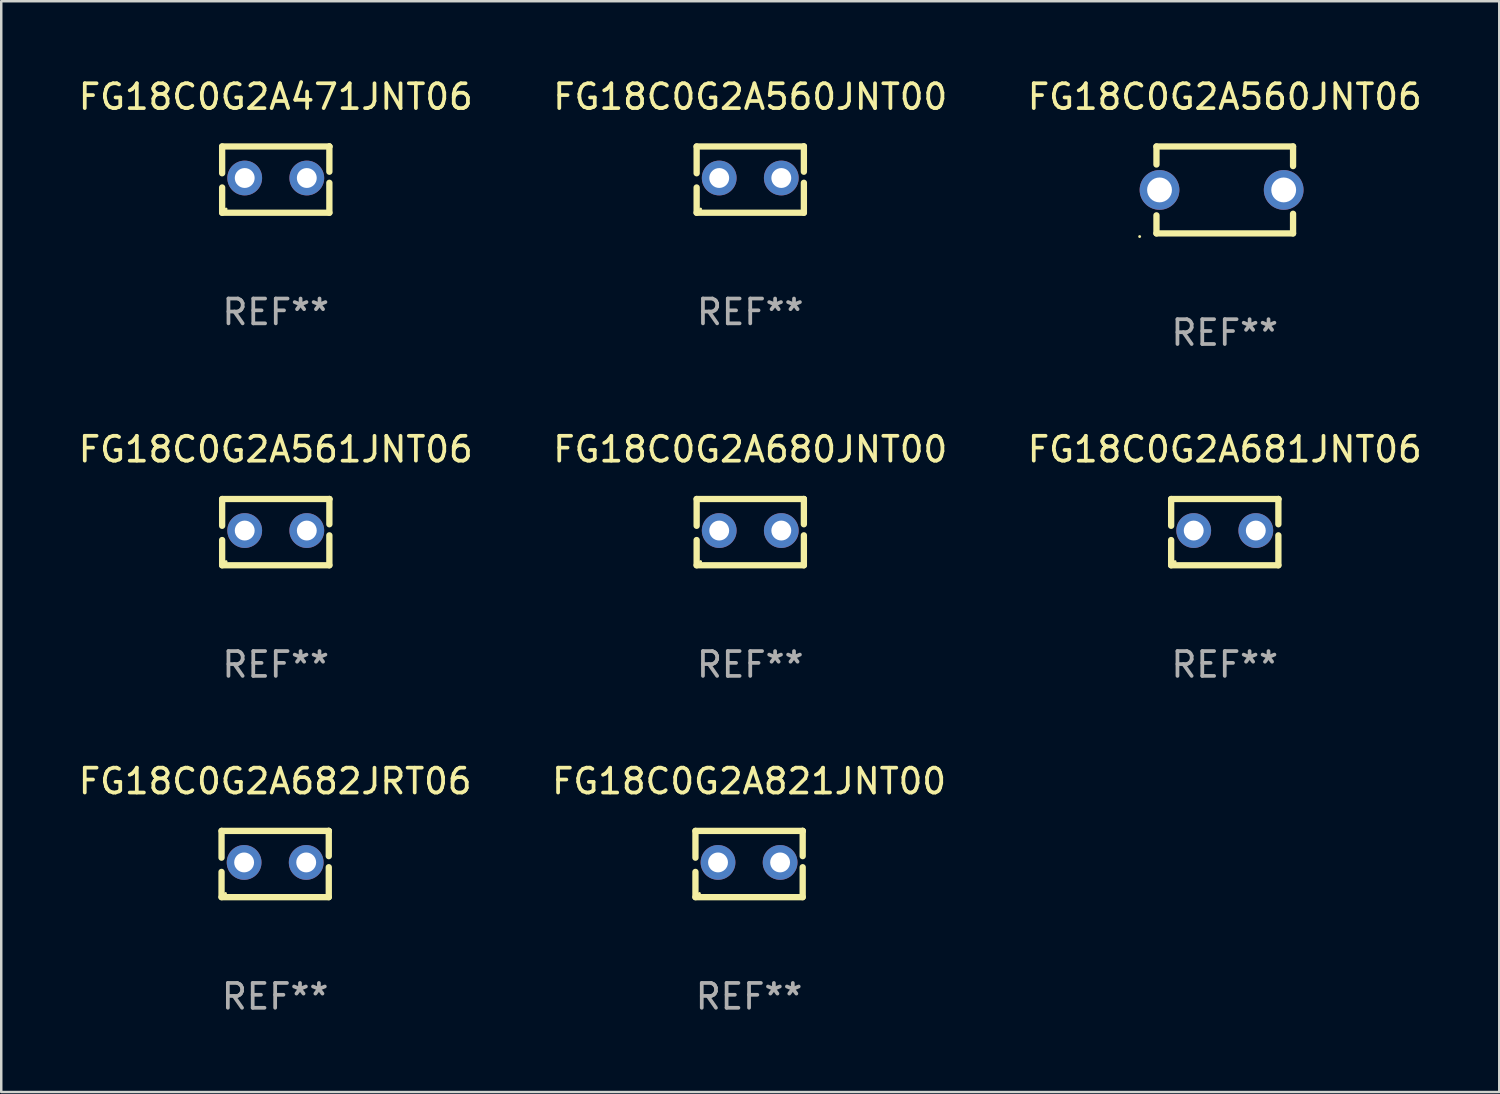
<source format=kicad_pcb>
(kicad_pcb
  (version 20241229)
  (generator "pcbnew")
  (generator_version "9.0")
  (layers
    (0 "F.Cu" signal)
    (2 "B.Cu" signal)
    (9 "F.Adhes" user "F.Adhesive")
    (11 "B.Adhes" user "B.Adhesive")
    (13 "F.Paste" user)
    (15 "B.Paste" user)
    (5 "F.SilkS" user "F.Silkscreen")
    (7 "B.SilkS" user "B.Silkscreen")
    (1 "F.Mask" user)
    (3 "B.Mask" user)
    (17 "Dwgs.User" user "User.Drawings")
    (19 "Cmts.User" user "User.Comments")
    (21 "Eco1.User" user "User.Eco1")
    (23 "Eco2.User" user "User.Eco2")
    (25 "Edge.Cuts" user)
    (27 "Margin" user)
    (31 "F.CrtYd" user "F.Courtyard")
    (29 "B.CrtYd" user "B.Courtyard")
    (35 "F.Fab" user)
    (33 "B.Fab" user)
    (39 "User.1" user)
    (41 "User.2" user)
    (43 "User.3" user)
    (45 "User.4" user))
  (footprint "FG18C0G2A561JNT06"
    (layer "F.Cu")
    (at 8.054 18.378)
    (property "Reference" "FG18C0G2A561JNT06" (at 0 -3.334 0) (layer "F.SilkS") (effects (font (size 1 1) (thickness 0.15))))
    (attr through_hole)
    (fp_line (start -2.159 -1.334) (end 2.159 -1.334) (stroke (width 0.254) (type solid)) (layer "F.SilkS"))
    (fp_line (start -2.159 -0.256) (end -2.159 -1.334) (stroke (width 0.254) (type solid)) (layer "F.SilkS"))
    (fp_line (start -2.159 1.334) (end -2.159 0.318) (stroke (width 0.254) (type solid)) (layer "F.SilkS"))
    (fp_line (start 2.159 -1.334) (end 2.159 -1.334) (stroke (width 0.254) (type solid)) (layer "F.SilkS"))
    (fp_line (start 2.159 -1.334) (end 2.159 -0.318) (stroke (width 0.254) (type solid)) (layer "F.SilkS"))
    (fp_line (start 2.159 0.129) (end 2.159 1.334) (stroke (width 0.254) (type solid)) (layer "F.SilkS"))
    (fp_line (start 2.159 1.334) (end -2.159 1.334) (stroke (width 0.254) (type solid)) (layer "F.SilkS"))
    (fp_circle (center -2 1.186) (end -1.97 1.186) (stroke (width 0.06) (type solid)) (fill no) (layer "F.SilkS"))
    (fp_text user "REF**" (at 0 5.334 0) (layer "F.Fab") (effects (font (size 1 1) (thickness 0.15))))
    (pad "1" thru_hole circle (at -1.25 -0.064) (size 1.4 1.4) (drill 0.8) (layers "*.Cu" "*.Mask"))
    (pad "2" thru_hole circle (at 1.25 -0.064) (size 1.4 1.4) (drill 0.8) (layers "*.Cu" "*.Mask")))
  (footprint "FG18C0G2A821JNT00"
    (layer "F.Cu")
    (at 27.113 31.742)
    (property "Reference" "FG18C0G2A821JNT00" (at 0 -3.334 0) (layer "F.SilkS") (effects (font (size 1 1) (thickness 0.15))))
    (attr through_hole)
    (fp_line (start -2.159 -1.334) (end 2.159 -1.334) (stroke (width 0.254) (type solid)) (layer "F.SilkS"))
    (fp_line (start -2.159 -0.256) (end -2.159 -1.334) (stroke (width 0.254) (type solid)) (layer "F.SilkS"))
    (fp_line (start -2.159 1.334) (end -2.159 0.318) (stroke (width 0.254) (type solid)) (layer "F.SilkS"))
    (fp_line (start 2.159 -1.334) (end 2.159 -1.334) (stroke (width 0.254) (type solid)) (layer "F.SilkS"))
    (fp_line (start 2.159 -1.334) (end 2.159 -0.318) (stroke (width 0.254) (type solid)) (layer "F.SilkS"))
    (fp_line (start 2.159 0.129) (end 2.159 1.334) (stroke (width 0.254) (type solid)) (layer "F.SilkS"))
    (fp_line (start 2.159 1.334) (end -2.159 1.334) (stroke (width 0.254) (type solid)) (layer "F.SilkS"))
    (fp_circle (center -2 1.186) (end -1.97 1.186) (stroke (width 0.06) (type solid)) (fill no) (layer "F.SilkS"))
    (fp_text user "REF**" (at 0 5.334 0) (layer "F.Fab") (effects (font (size 1 1) (thickness 0.15))))
    (pad "1" thru_hole circle (at -1.25 -0.064) (size 1.4 1.4) (drill 0.8) (layers "*.Cu" "*.Mask"))
    (pad "2" thru_hole circle (at 1.25 -0.064) (size 1.4 1.4) (drill 0.8) (layers "*.Cu" "*.Mask")))
  (footprint "FG18C0G2A471JNT06"
    (layer "F.Cu")
    (at 8.054 4.182)
    (property "Reference" "FG18C0G2A471JNT06" (at 0 -3.334 0) (layer "F.SilkS") (effects (font (size 1 1) (thickness 0.15))))
    (attr through_hole)
    (fp_line (start -2.159 -1.334) (end 2.159 -1.334) (stroke (width 0.254) (type solid)) (layer "F.SilkS"))
    (fp_line (start -2.159 -0.256) (end -2.159 -1.334) (stroke (width 0.254) (type solid)) (layer "F.SilkS"))
    (fp_line (start -2.159 1.334) (end -2.159 0.318) (stroke (width 0.254) (type solid)) (layer "F.SilkS"))
    (fp_line (start 2.159 -1.334) (end 2.159 -1.334) (stroke (width 0.254) (type solid)) (layer "F.SilkS"))
    (fp_line (start 2.159 -1.334) (end 2.159 -0.318) (stroke (width 0.254) (type solid)) (layer "F.SilkS"))
    (fp_line (start 2.159 0.129) (end 2.159 1.334) (stroke (width 0.254) (type solid)) (layer "F.SilkS"))
    (fp_line (start 2.159 1.334) (end -2.159 1.334) (stroke (width 0.254) (type solid)) (layer "F.SilkS"))
    (fp_circle (center -2 1.186) (end -1.97 1.186) (stroke (width 0.06) (type solid)) (fill no) (layer "F.SilkS"))
    (fp_text user "REF**" (at 0 5.334 0) (layer "F.Fab") (effects (font (size 1 1) (thickness 0.15))))
    (pad "1" thru_hole circle (at -1.25 -0.064) (size 1.4 1.4) (drill 0.8) (layers "*.Cu" "*.Mask"))
    (pad "2" thru_hole circle (at 1.25 -0.064) (size 1.4 1.4) (drill 0.8) (layers "*.Cu" "*.Mask")))
  (footprint "FG18C0G2A560JNT06"
    (layer "F.Cu")
    (at 46.268 4.598)
    (property "Reference" "FG18C0G2A560JNT06" (at 0 -3.75 0) (layer "F.SilkS") (effects (font (size 1 1) (thickness 0.15))))
    (attr through_hole)
    (fp_line (start -2.75 -1.75) (end -2.75 -1.024) (stroke (width 0.254) (type solid)) (layer "F.SilkS"))
    (fp_line (start -2.75 -1.75) (end 2.75 -1.75) (stroke (width 0.254) (type solid)) (layer "F.SilkS"))
    (fp_line (start -2.75 1.024) (end -2.75 1.75) (stroke (width 0.254) (type solid)) (layer "F.SilkS"))
    (fp_line (start 2.75 -1.75) (end 2.75 -0.96) (stroke (width 0.254) (type solid)) (layer "F.SilkS"))
    (fp_line (start 2.75 0.96) (end 2.75 1.75) (stroke (width 0.254) (type solid)) (layer "F.SilkS"))
    (fp_line (start 2.75 1.75) (end -2.75 1.75) (stroke (width 0.254) (type solid)) (layer "F.SilkS"))
    (fp_circle (center -3.427 1.877) (end -3.397 1.877) (stroke (width 0.06) (type solid)) (fill no) (layer "F.SilkS"))
    (fp_text user "REF**" (at 0 5.75 0) (layer "F.Fab") (effects (font (size 1 1) (thickness 0.15))))
    (pad "1" thru_hole circle (at -2.627 0) (size 1.6 1.6) (drill 1) (layers "*.Cu" "*.Mask"))
    (pad "2" thru_hole circle (at 2.373 0) (size 1.6 1.6) (drill 1) (layers "*.Cu" "*.Mask")))
  (footprint "FG18C0G2A560JNT00"
    (layer "F.Cu")
    (at 27.161 4.182)
    (property "Reference" "FG18C0G2A560JNT00" (at 0 -3.334 0) (layer "F.SilkS") (effects (font (size 1 1) (thickness 0.15))))
    (attr through_hole)
    (fp_line (start -2.159 -1.334) (end 2.159 -1.334) (stroke (width 0.254) (type solid)) (layer "F.SilkS"))
    (fp_line (start -2.159 -0.256) (end -2.159 -1.334) (stroke (width 0.254) (type solid)) (layer "F.SilkS"))
    (fp_line (start -2.159 1.334) (end -2.159 0.318) (stroke (width 0.254) (type solid)) (layer "F.SilkS"))
    (fp_line (start 2.159 -1.334) (end 2.159 -1.334) (stroke (width 0.254) (type solid)) (layer "F.SilkS"))
    (fp_line (start 2.159 -1.334) (end 2.159 -0.318) (stroke (width 0.254) (type solid)) (layer "F.SilkS"))
    (fp_line (start 2.159 0.129) (end 2.159 1.334) (stroke (width 0.254) (type solid)) (layer "F.SilkS"))
    (fp_line (start 2.159 1.334) (end -2.159 1.334) (stroke (width 0.254) (type solid)) (layer "F.SilkS"))
    (fp_circle (center -2 1.186) (end -1.97 1.186) (stroke (width 0.06) (type solid)) (fill no) (layer "F.SilkS"))
    (fp_text user "REF**" (at 0 5.334 0) (layer "F.Fab") (effects (font (size 1 1) (thickness 0.15))))
    (pad "1" thru_hole circle (at -1.25 -0.064) (size 1.4 1.4) (drill 0.8) (layers "*.Cu" "*.Mask"))
    (pad "2" thru_hole circle (at 1.25 -0.064) (size 1.4 1.4) (drill 0.8) (layers "*.Cu" "*.Mask")))
  (footprint "FG18C0G2A681JNT06"
    (layer "F.Cu")
    (at 46.268 18.378)
    (property "Reference" "FG18C0G2A681JNT06" (at 0 -3.334 0) (layer "F.SilkS") (effects (font (size 1 1) (thickness 0.15))))
    (attr through_hole)
    (fp_line (start -2.159 -1.334) (end 2.159 -1.334) (stroke (width 0.254) (type solid)) (layer "F.SilkS"))
    (fp_line (start -2.159 -0.256) (end -2.159 -1.334) (stroke (width 0.254) (type solid)) (layer "F.SilkS"))
    (fp_line (start -2.159 1.334) (end -2.159 0.318) (stroke (width 0.254) (type solid)) (layer "F.SilkS"))
    (fp_line (start 2.159 -1.334) (end 2.159 -1.334) (stroke (width 0.254) (type solid)) (layer "F.SilkS"))
    (fp_line (start 2.159 -1.334) (end 2.159 -0.318) (stroke (width 0.254) (type solid)) (layer "F.SilkS"))
    (fp_line (start 2.159 0.129) (end 2.159 1.334) (stroke (width 0.254) (type solid)) (layer "F.SilkS"))
    (fp_line (start 2.159 1.334) (end -2.159 1.334) (stroke (width 0.254) (type solid)) (layer "F.SilkS"))
    (fp_circle (center -2 1.186) (end -1.97 1.186) (stroke (width 0.06) (type solid)) (fill no) (layer "F.SilkS"))
    (fp_text user "REF**" (at 0 5.334 0) (layer "F.Fab") (effects (font (size 1 1) (thickness 0.15))))
    (pad "1" thru_hole circle (at -1.25 -0.064) (size 1.4 1.4) (drill 0.8) (layers "*.Cu" "*.Mask"))
    (pad "2" thru_hole circle (at 1.25 -0.064) (size 1.4 1.4) (drill 0.8) (layers "*.Cu" "*.Mask")))
  (footprint "FG18C0G2A680JNT00"
    (layer "F.Cu")
    (at 27.161 18.378)
    (property "Reference" "FG18C0G2A680JNT00" (at 0 -3.334 0) (layer "F.SilkS") (effects (font (size 1 1) (thickness 0.15))))
    (attr through_hole)
    (fp_line (start -2.159 -1.334) (end 2.159 -1.334) (stroke (width 0.254) (type solid)) (layer "F.SilkS"))
    (fp_line (start -2.159 -0.256) (end -2.159 -1.334) (stroke (width 0.254) (type solid)) (layer "F.SilkS"))
    (fp_line (start -2.159 1.334) (end -2.159 0.318) (stroke (width 0.254) (type solid)) (layer "F.SilkS"))
    (fp_line (start 2.159 -1.334) (end 2.159 -1.334) (stroke (width 0.254) (type solid)) (layer "F.SilkS"))
    (fp_line (start 2.159 -1.334) (end 2.159 -0.318) (stroke (width 0.254) (type solid)) (layer "F.SilkS"))
    (fp_line (start 2.159 0.129) (end 2.159 1.334) (stroke (width 0.254) (type solid)) (layer "F.SilkS"))
    (fp_line (start 2.159 1.334) (end -2.159 1.334) (stroke (width 0.254) (type solid)) (layer "F.SilkS"))
    (fp_circle (center -2 1.186) (end -1.97 1.186) (stroke (width 0.06) (type solid)) (fill no) (layer "F.SilkS"))
    (fp_text user "REF**" (at 0 5.334 0) (layer "F.Fab") (effects (font (size 1 1) (thickness 0.15))))
    (pad "1" thru_hole circle (at -1.25 -0.064) (size 1.4 1.4) (drill 0.8) (layers "*.Cu" "*.Mask"))
    (pad "2" thru_hole circle (at 1.25 -0.064) (size 1.4 1.4) (drill 0.8) (layers "*.Cu" "*.Mask")))
  (footprint "FG18C0G2A682JRT06"
    (layer "F.Cu")
    (at 8.03 31.742)
    (property "Reference" "FG18C0G2A682JRT06" (at 0 -3.334 0) (layer "F.SilkS") (effects (font (size 1 1) (thickness 0.15))))
    (attr through_hole)
    (fp_line (start -2.159 -1.334) (end 2.159 -1.334) (stroke (width 0.254) (type solid)) (layer "F.SilkS"))
    (fp_line (start -2.159 -0.256) (end -2.159 -1.334) (stroke (width 0.254) (type solid)) (layer "F.SilkS"))
    (fp_line (start -2.159 1.334) (end -2.159 0.318) (stroke (width 0.254) (type solid)) (layer "F.SilkS"))
    (fp_line (start 2.159 -1.334) (end 2.159 -1.334) (stroke (width 0.254) (type solid)) (layer "F.SilkS"))
    (fp_line (start 2.159 -1.334) (end 2.159 -0.318) (stroke (width 0.254) (type solid)) (layer "F.SilkS"))
    (fp_line (start 2.159 0.129) (end 2.159 1.334) (stroke (width 0.254) (type solid)) (layer "F.SilkS"))
    (fp_line (start 2.159 1.334) (end -2.159 1.334) (stroke (width 0.254) (type solid)) (layer "F.SilkS"))
    (fp_circle (center -2 1.186) (end -1.97 1.186) (stroke (width 0.06) (type solid)) (fill no) (layer "F.SilkS"))
    (fp_text user "REF**" (at 0 5.334 0) (layer "F.Fab") (effects (font (size 1 1) (thickness 0.15))))
    (pad "1" thru_hole circle (at -1.25 -0.064) (size 1.4 1.4) (drill 0.8) (layers "*.Cu" "*.Mask"))
    (pad "2" thru_hole circle (at 1.25 -0.064) (size 1.4 1.4) (drill 0.8) (layers "*.Cu" "*.Mask")))
  (gr_rect
    (start -3 -3)
    (end 57.321 40.924)
    (stroke (width 0.1) (type default))
    (fill no)
    (layer "Edge.Cuts")))
</source>
